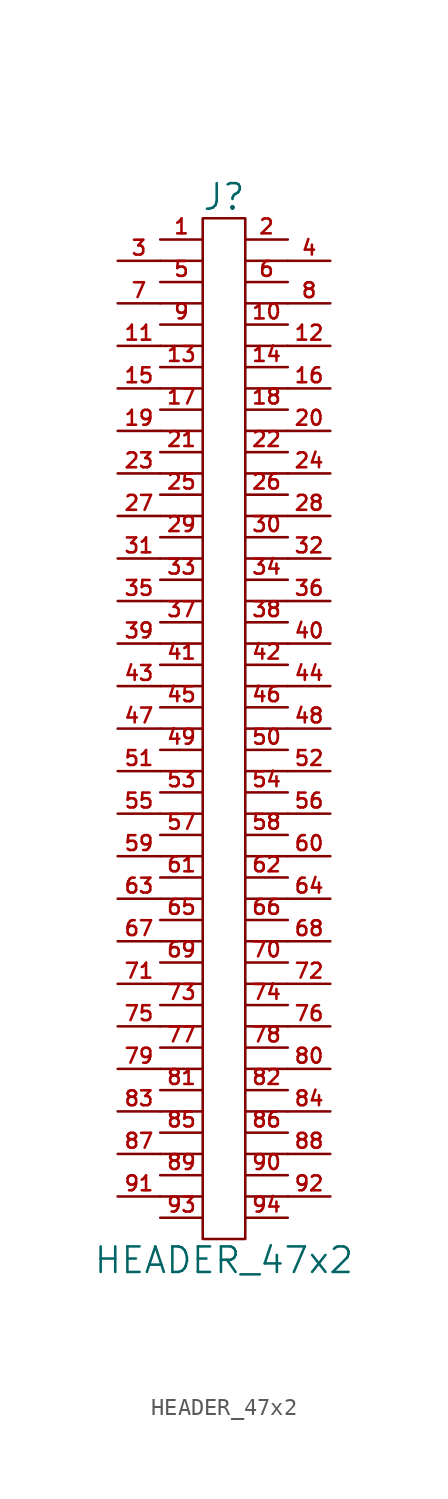
<source format=kicad_sym>
(kicad_symbol_lib
  (version 20201005)
  (generator kicad_symbol_editor)
  (symbol "HEADER_47x2"
    (pin_names
      (offset 0))
    (property "Reference" "J"
      (at 0 31.75 0)
      (effects (font (size 1.524 1.524))))
    (property "Value" "HEADER_47x2"
      (at 0 -31.75 0)
      (effects (font (size 1.524 1.524))))
    (property "Footprint" ""
      (at 0 5.08 0)
      (effects (font (size 1.524 1.524))))
    (property "Datasheet" ""
      (at 0 5.08 0)
      (effects (font (size 1.524 1.524))))
    (symbol "HEADER_47x2_0_1"
      (rectangle (start 1.27 -30.48) (end -1.27 30.48) (stroke (width 0)) (fill (type none)))
      (polyline (pts (xy -3.81 -27.94) (xy -1.27 -27.94)) (stroke (width 0)) (fill (type none)))
      (polyline (pts (xy -3.81 -25.4) (xy -1.27 -25.4)) (stroke (width 0)) (fill (type none)))
      (polyline (pts (xy -3.81 -22.86) (xy -1.27 -22.86)) (stroke (width 0)) (fill (type none)))
      (polyline (pts (xy -3.81 -20.32) (xy -1.27 -20.32)) (stroke (width 0)) (fill (type none)))
      (polyline (pts (xy -3.81 -17.78) (xy -1.27 -17.78)) (stroke (width 0)) (fill (type none)))
      (polyline (pts (xy -3.81 -15.24) (xy -1.27 -15.24)) (stroke (width 0)) (fill (type none)))
      (polyline (pts (xy -3.81 -12.7) (xy -1.27 -12.7)) (stroke (width 0)) (fill (type none)))
      (polyline (pts (xy -3.81 -10.16) (xy -1.27 -10.16)) (stroke (width 0)) (fill (type none)))
      (polyline (pts (xy -3.81 -7.62) (xy -1.27 -7.62)) (stroke (width 0)) (fill (type none)))
      (polyline (pts (xy -3.81 -5.08) (xy -1.27 -5.08)) (stroke (width 0)) (fill (type none)))
      (polyline (pts (xy -3.81 -2.54) (xy -1.27 -2.54)) (stroke (width 0)) (fill (type none)))
      (polyline (pts (xy -3.81 0) (xy -1.27 0)) (stroke (width 0)) (fill (type none)))
      (polyline (pts (xy -3.81 2.54) (xy -1.27 2.54)) (stroke (width 0)) (fill (type none)))
      (polyline (pts (xy -3.81 5.08) (xy -1.27 5.08)) (stroke (width 0)) (fill (type none)))
      (polyline (pts (xy -3.81 7.62) (xy -1.27 7.62)) (stroke (width 0)) (fill (type none)))
      (polyline (pts (xy -3.81 10.16) (xy -1.27 10.16)) (stroke (width 0)) (fill (type none)))
      (polyline (pts (xy -3.81 12.7) (xy -1.27 12.7)) (stroke (width 0)) (fill (type none)))
      (polyline (pts (xy -3.81 15.24) (xy -1.27 15.24)) (stroke (width 0)) (fill (type none)))
      (polyline (pts (xy -3.81 17.78) (xy -1.27 17.78)) (stroke (width 0)) (fill (type none)))
      (polyline (pts (xy -3.81 20.32) (xy -1.27 20.32)) (stroke (width 0)) (fill (type none)))
      (polyline (pts (xy -3.81 22.86) (xy -1.27 22.86)) (stroke (width 0)) (fill (type none)))
      (polyline (pts (xy -3.81 25.4) (xy -1.27 25.4)) (stroke (width 0)) (fill (type none)))
      (polyline (pts (xy -3.81 27.94) (xy -1.27 27.94)) (stroke (width 0)) (fill (type none)))
      (polyline (pts (xy 1.27 -27.94) (xy 3.81 -27.94)) (stroke (width 0)) (fill (type none)))
      (polyline (pts (xy 1.27 -25.4) (xy 3.81 -25.4)) (stroke (width 0)) (fill (type none)))
      (polyline (pts (xy 1.27 -22.86) (xy 3.81 -22.86)) (stroke (width 0)) (fill (type none)))
      (polyline (pts (xy 1.27 -20.32) (xy 3.81 -20.32)) (stroke (width 0)) (fill (type none)))
      (polyline (pts (xy 1.27 -17.78) (xy 3.81 -17.78)) (stroke (width 0)) (fill (type none)))
      (polyline (pts (xy 1.27 -15.24) (xy 3.81 -15.24)) (stroke (width 0)) (fill (type none)))
      (polyline (pts (xy 1.27 -12.7) (xy 3.81 -12.7)) (stroke (width 0)) (fill (type none)))
      (polyline (pts (xy 1.27 -10.16) (xy 3.81 -10.16)) (stroke (width 0)) (fill (type none)))
      (polyline (pts (xy 1.27 -7.62) (xy 3.81 -7.62)) (stroke (width 0)) (fill (type none)))
      (polyline (pts (xy 1.27 -5.08) (xy 3.81 -5.08)) (stroke (width 0)) (fill (type none)))
      (polyline (pts (xy 1.27 -2.54) (xy 3.81 -2.54)) (stroke (width 0)) (fill (type none)))
      (polyline (pts (xy 1.27 0) (xy 3.81 0)) (stroke (width 0)) (fill (type none)))
      (polyline (pts (xy 1.27 2.54) (xy 3.81 2.54)) (stroke (width 0)) (fill (type none)))
      (polyline (pts (xy 1.27 5.08) (xy 3.81 5.08)) (stroke (width 0)) (fill (type none)))
      (polyline (pts (xy 1.27 7.62) (xy 3.81 7.62)) (stroke (width 0)) (fill (type none)))
      (polyline (pts (xy 1.27 10.16) (xy 3.81 10.16)) (stroke (width 0)) (fill (type none)))
      (polyline (pts (xy 1.27 12.7) (xy 3.81 12.7)) (stroke (width 0)) (fill (type none)))
      (polyline (pts (xy 1.27 15.24) (xy 3.81 15.24)) (stroke (width 0)) (fill (type none)))
      (polyline (pts (xy 1.27 17.78) (xy 3.81 17.78)) (stroke (width 0)) (fill (type none)))
      (polyline (pts (xy 1.27 20.32) (xy 3.81 20.32)) (stroke (width 0)) (fill (type none)))
      (polyline (pts (xy 1.27 22.86) (xy 3.81 22.86)) (stroke (width 0)) (fill (type none)))
      (polyline (pts (xy 1.27 25.4) (xy 3.81 25.4)) (stroke (width 0)) (fill (type none)))
      (polyline (pts (xy 1.27 27.94) (xy 3.81 27.94)) (stroke (width 0)) (fill (type none))))
    (symbol "HEADER_47x2_1_1"
      (pin passive line (at -3.81 29.21 0) (length 2.54) (name "~" (effects (font (size 1.27 1.27)))) (number "1" (effects (font (size 0.889 0.889)))))
      (pin passive line (at 3.81 24.13 180) (length 2.54) (name "~" (effects (font (size 1.27 1.27)))) (number "10" (effects (font (size 0.889 0.889)))))
      (pin passive line (at -6.35 22.86 0) (length 2.54) (name "~" (effects (font (size 1.27 1.27)))) (number "11" (effects (font (size 0.889 0.889)))))
      (pin passive line (at 6.35 22.86 180) (length 2.54) (name "~" (effects (font (size 1.27 1.27)))) (number "12" (effects (font (size 0.889 0.889)))))
      (pin passive line (at -3.81 21.59 0) (length 2.54) (name "~" (effects (font (size 1.27 1.27)))) (number "13" (effects (font (size 0.889 0.889)))))
      (pin passive line (at 3.81 21.59 180) (length 2.54) (name "~" (effects (font (size 1.27 1.27)))) (number "14" (effects (font (size 0.889 0.889)))))
      (pin passive line (at -6.35 20.32 0) (length 2.54) (name "~" (effects (font (size 1.27 1.27)))) (number "15" (effects (font (size 0.889 0.889)))))
      (pin passive line (at 6.35 20.32 180) (length 2.54) (name "~" (effects (font (size 1.27 1.27)))) (number "16" (effects (font (size 0.889 0.889)))))
      (pin passive line (at -3.81 19.05 0) (length 2.54) (name "~" (effects (font (size 1.27 1.27)))) (number "17" (effects (font (size 0.889 0.889)))))
      (pin passive line (at 3.81 19.05 180) (length 2.54) (name "~" (effects (font (size 1.27 1.27)))) (number "18" (effects (font (size 0.889 0.889)))))
      (pin passive line (at -6.35 17.78 0) (length 2.54) (name "~" (effects (font (size 1.27 1.27)))) (number "19" (effects (font (size 0.889 0.889)))))
      (pin passive line (at 3.81 29.21 180) (length 2.54) (name "~" (effects (font (size 1.27 1.27)))) (number "2" (effects (font (size 0.889 0.889)))))
      (pin passive line (at 6.35 17.78 180) (length 2.54) (name "~" (effects (font (size 1.27 1.27)))) (number "20" (effects (font (size 0.889 0.889)))))
      (pin passive line (at -3.81 16.51 0) (length 2.54) (name "~" (effects (font (size 1.27 1.27)))) (number "21" (effects (font (size 0.889 0.889)))))
      (pin passive line (at 3.81 16.51 180) (length 2.54) (name "~" (effects (font (size 1.27 1.27)))) (number "22" (effects (font (size 0.889 0.889)))))
      (pin passive line (at -6.35 15.24 0) (length 2.54) (name "~" (effects (font (size 1.27 1.27)))) (number "23" (effects (font (size 0.889 0.889)))))
      (pin passive line (at 6.35 15.24 180) (length 2.54) (name "~" (effects (font (size 1.27 1.27)))) (number "24" (effects (font (size 0.889 0.889)))))
      (pin passive line (at -3.81 13.97 0) (length 2.54) (name "~" (effects (font (size 1.27 1.27)))) (number "25" (effects (font (size 0.889 0.889)))))
      (pin passive line (at 3.81 13.97 180) (length 2.54) (name "~" (effects (font (size 1.27 1.27)))) (number "26" (effects (font (size 0.889 0.889)))))
      (pin passive line (at -6.35 12.7 0) (length 2.54) (name "~" (effects (font (size 1.27 1.27)))) (number "27" (effects (font (size 0.889 0.889)))))
      (pin passive line (at 6.35 12.7 180) (length 2.54) (name "~" (effects (font (size 1.27 1.27)))) (number "28" (effects (font (size 0.889 0.889)))))
      (pin passive line (at -3.81 11.43 0) (length 2.54) (name "~" (effects (font (size 1.27 1.27)))) (number "29" (effects (font (size 0.889 0.889)))))
      (pin passive line (at -6.35 27.94 0) (length 2.54) (name "~" (effects (font (size 1.27 1.27)))) (number "3" (effects (font (size 0.889 0.889)))))
      (pin passive line (at 3.81 11.43 180) (length 2.54) (name "~" (effects (font (size 1.27 1.27)))) (number "30" (effects (font (size 0.889 0.889)))))
      (pin passive line (at -6.35 10.16 0) (length 2.54) (name "~" (effects (font (size 1.27 1.27)))) (number "31" (effects (font (size 0.889 0.889)))))
      (pin passive line (at 6.35 10.16 180) (length 2.54) (name "~" (effects (font (size 1.27 1.27)))) (number "32" (effects (font (size 0.889 0.889)))))
      (pin passive line (at -3.81 8.89 0) (length 2.54) (name "~" (effects (font (size 1.27 1.27)))) (number "33" (effects (font (size 0.889 0.889)))))
      (pin passive line (at 3.81 8.89 180) (length 2.54) (name "~" (effects (font (size 1.27 1.27)))) (number "34" (effects (font (size 0.889 0.889)))))
      (pin passive line (at -6.35 7.62 0) (length 2.54) (name "~" (effects (font (size 1.27 1.27)))) (number "35" (effects (font (size 0.889 0.889)))))
      (pin passive line (at 6.35 7.62 180) (length 2.54) (name "~" (effects (font (size 1.27 1.27)))) (number "36" (effects (font (size 0.889 0.889)))))
      (pin passive line (at -3.81 6.35 0) (length 2.54) (name "~" (effects (font (size 0.889 0.889)))) (number "37" (effects (font (size 0.889 0.889)))))
      (pin passive line (at 3.81 6.35 180) (length 2.54) (name "~" (effects (font (size 1.27 1.27)))) (number "38" (effects (font (size 0.889 0.889)))))
      (pin passive line (at -6.35 5.08 0) (length 2.54) (name "~" (effects (font (size 1.27 1.27)))) (number "39" (effects (font (size 0.889 0.889)))))
      (pin passive line (at 6.35 27.94 180) (length 2.54) (name "~" (effects (font (size 1.27 1.27)))) (number "4" (effects (font (size 0.889 0.889)))))
      (pin passive line (at 6.35 5.08 180) (length 2.54) (name "~" (effects (font (size 1.27 1.27)))) (number "40" (effects (font (size 0.889 0.889)))))
      (pin passive line (at -3.81 3.81 0) (length 2.54) (name "~" (effects (font (size 1.27 1.27)))) (number "41" (effects (font (size 0.889 0.889)))))
      (pin passive line (at 3.81 3.81 180) (length 2.54) (name "~" (effects (font (size 1.27 1.27)))) (number "42" (effects (font (size 0.889 0.889)))))
      (pin passive line (at -6.35 2.54 0) (length 2.54) (name "~" (effects (font (size 1.27 1.27)))) (number "43" (effects (font (size 0.889 0.889)))))
      (pin passive line (at 6.35 2.54 180) (length 2.54) (name "~" (effects (font (size 1.27 1.27)))) (number "44" (effects (font (size 0.889 0.889)))))
      (pin passive line (at -3.81 1.27 0) (length 2.54) (name "~" (effects (font (size 1.27 1.27)))) (number "45" (effects (font (size 0.889 0.889)))))
      (pin passive line (at 3.81 1.27 180) (length 2.54) (name "~" (effects (font (size 1.27 1.27)))) (number "46" (effects (font (size 0.889 0.889)))))
      (pin passive line (at -6.35 0 0) (length 2.54) (name "~" (effects (font (size 1.27 1.27)))) (number "47" (effects (font (size 0.889 0.889)))))
      (pin passive line (at 6.35 0 180) (length 2.54) (name "~" (effects (font (size 1.27 1.27)))) (number "48" (effects (font (size 0.889 0.889)))))
      (pin passive line (at -3.81 -1.27 0) (length 2.54) (name "~" (effects (font (size 1.27 1.27)))) (number "49" (effects (font (size 0.889 0.889)))))
      (pin passive line (at -3.81 26.67 0) (length 2.54) (name "~" (effects (font (size 1.27 1.27)))) (number "5" (effects (font (size 0.889 0.889)))))
      (pin passive line (at 3.81 -1.27 180) (length 2.54) (name "~" (effects (font (size 1.27 1.27)))) (number "50" (effects (font (size 0.889 0.889)))))
      (pin passive line (at -6.35 -2.54 0) (length 2.54) (name "~" (effects (font (size 1.27 1.27)))) (number "51" (effects (font (size 0.889 0.889)))))
      (pin passive line (at 6.35 -2.54 180) (length 2.54) (name "~" (effects (font (size 1.27 1.27)))) (number "52" (effects (font (size 0.889 0.889)))))
      (pin passive line (at -3.81 -3.81 0) (length 2.54) (name "~" (effects (font (size 1.27 1.27)))) (number "53" (effects (font (size 0.889 0.889)))))
      (pin passive line (at 3.81 -3.81 180) (length 2.54) (name "~" (effects (font (size 1.27 1.27)))) (number "54" (effects (font (size 0.889 0.889)))))
      (pin passive line (at -6.35 -5.08 0) (length 2.54) (name "~" (effects (font (size 1.27 1.27)))) (number "55" (effects (font (size 0.889 0.889)))))
      (pin passive line (at 6.35 -5.08 180) (length 2.54) (name "~" (effects (font (size 1.27 1.27)))) (number "56" (effects (font (size 0.889 0.889)))))
      (pin passive line (at -3.81 -6.35 0) (length 2.54) (name "~" (effects (font (size 1.27 1.27)))) (number "57" (effects (font (size 0.889 0.889)))))
      (pin passive line (at 3.81 -6.35 180) (length 2.54) (name "~" (effects (font (size 1.27 1.27)))) (number "58" (effects (font (size 0.889 0.889)))))
      (pin passive line (at -6.35 -7.62 0) (length 2.54) (name "~" (effects (font (size 1.27 1.27)))) (number "59" (effects (font (size 0.889 0.889)))))
      (pin passive line (at 3.81 26.67 180) (length 2.54) (name "~" (effects (font (size 1.27 1.27)))) (number "6" (effects (font (size 0.889 0.889)))))
      (pin passive line (at 6.35 -7.62 180) (length 2.54) (name "~" (effects (font (size 1.27 1.27)))) (number "60" (effects (font (size 0.889 0.889)))))
      (pin passive line (at -3.81 -8.89 0) (length 2.54) (name "~" (effects (font (size 1.27 1.27)))) (number "61" (effects (font (size 0.889 0.889)))))
      (pin passive line (at 3.81 -8.89 180) (length 2.54) (name "~" (effects (font (size 1.27 1.27)))) (number "62" (effects (font (size 0.889 0.889)))))
      (pin passive line (at -6.35 -10.16 0) (length 2.54) (name "~" (effects (font (size 1.27 1.27)))) (number "63" (effects (font (size 0.889 0.889)))))
      (pin passive line (at 6.35 -10.16 180) (length 2.54) (name "~" (effects (font (size 1.27 1.27)))) (number "64" (effects (font (size 0.889 0.889)))))
      (pin passive line (at -3.81 -11.43 0) (length 2.54) (name "~" (effects (font (size 1.27 1.27)))) (number "65" (effects (font (size 0.889 0.889)))))
      (pin passive line (at 3.81 -11.43 180) (length 2.54) (name "~" (effects (font (size 1.27 1.27)))) (number "66" (effects (font (size 0.889 0.889)))))
      (pin passive line (at -6.35 -12.7 0) (length 2.54) (name "~" (effects (font (size 1.27 1.27)))) (number "67" (effects (font (size 0.889 0.889)))))
      (pin passive line (at 6.35 -12.7 180) (length 2.54) (name "~" (effects (font (size 1.27 1.27)))) (number "68" (effects (font (size 0.889 0.889)))))
      (pin passive line (at -3.81 -13.97 0) (length 2.54) (name "~" (effects (font (size 1.27 1.27)))) (number "69" (effects (font (size 0.889 0.889)))))
      (pin passive line (at -6.35 25.4 0) (length 2.54) (name "~" (effects (font (size 1.27 1.27)))) (number "7" (effects (font (size 0.889 0.889)))))
      (pin passive line (at 3.81 -13.97 180) (length 2.54) (name "~" (effects (font (size 1.27 1.27)))) (number "70" (effects (font (size 0.889 0.889)))))
      (pin passive line (at -6.35 -15.24 0) (length 2.54) (name "~" (effects (font (size 1.27 1.27)))) (number "71" (effects (font (size 0.889 0.889)))))
      (pin passive line (at 6.35 -15.24 180) (length 2.54) (name "~" (effects (font (size 1.27 1.27)))) (number "72" (effects (font (size 0.889 0.889)))))
      (pin passive line (at -3.81 -16.51 0) (length 2.54) (name "~" (effects (font (size 1.27 1.27)))) (number "73" (effects (font (size 0.889 0.889)))))
      (pin passive line (at 3.81 -16.51 180) (length 2.54) (name "~" (effects (font (size 1.27 1.27)))) (number "74" (effects (font (size 0.889 0.889)))))
      (pin passive line (at -6.35 -17.78 0) (length 2.54) (name "~" (effects (font (size 1.27 1.27)))) (number "75" (effects (font (size 0.889 0.889)))))
      (pin passive line (at 6.35 -17.78 180) (length 2.54) (name "~" (effects (font (size 1.27 1.27)))) (number "76" (effects (font (size 0.889 0.889)))))
      (pin passive line (at -3.81 -19.05 0) (length 2.54) (name "~" (effects (font (size 1.27 1.27)))) (number "77" (effects (font (size 0.889 0.889)))))
      (pin passive line (at 3.81 -19.05 180) (length 2.54) (name "~" (effects (font (size 1.27 1.27)))) (number "78" (effects (font (size 0.889 0.889)))))
      (pin passive line (at -6.35 -20.32 0) (length 2.54) (name "~" (effects (font (size 1.27 1.27)))) (number "79" (effects (font (size 0.889 0.889)))))
      (pin passive line (at 6.35 25.4 180) (length 2.54) (name "~" (effects (font (size 1.27 1.27)))) (number "8" (effects (font (size 0.889 0.889)))))
      (pin passive line (at 6.35 -20.32 180) (length 2.54) (name "~" (effects (font (size 1.27 1.27)))) (number "80" (effects (font (size 0.889 0.889)))))
      (pin passive line (at -3.81 -21.59 0) (length 2.54) (name "~" (effects (font (size 1.27 1.27)))) (number "81" (effects (font (size 0.889 0.889)))))
      (pin passive line (at 3.81 -21.59 180) (length 2.54) (name "~" (effects (font (size 1.27 1.27)))) (number "82" (effects (font (size 0.889 0.889)))))
      (pin passive line (at -6.35 -22.86 0) (length 2.54) (name "~" (effects (font (size 1.27 1.27)))) (number "83" (effects (font (size 0.889 0.889)))))
      (pin passive line (at 6.35 -22.86 180) (length 2.54) (name "~" (effects (font (size 1.27 1.27)))) (number "84" (effects (font (size 0.889 0.889)))))
      (pin passive line (at -3.81 -24.13 0) (length 2.54) (name "~" (effects (font (size 1.27 1.27)))) (number "85" (effects (font (size 0.889 0.889)))))
      (pin passive line (at 3.81 -24.13 180) (length 2.54) (name "~" (effects (font (size 1.27 1.27)))) (number "86" (effects (font (size 0.889 0.889)))))
      (pin passive line (at -6.35 -25.4 0) (length 2.54) (name "~" (effects (font (size 1.27 1.27)))) (number "87" (effects (font (size 0.889 0.889)))))
      (pin passive line (at 6.35 -25.4 180) (length 2.54) (name "~" (effects (font (size 1.27 1.27)))) (number "88" (effects (font (size 0.889 0.889)))))
      (pin passive line (at -3.81 -26.67 0) (length 2.54) (name "~" (effects (font (size 1.27 1.27)))) (number "89" (effects (font (size 0.889 0.889)))))
      (pin passive line (at -3.81 24.13 0) (length 2.54) (name "~" (effects (font (size 1.27 1.27)))) (number "9" (effects (font (size 0.889 0.889)))))
      (pin passive line (at 3.81 -26.67 180) (length 2.54) (name "~" (effects (font (size 1.27 1.27)))) (number "90" (effects (font (size 0.889 0.889)))))
      (pin passive line (at -6.35 -27.94 0) (length 2.54) (name "~" (effects (font (size 1.27 1.27)))) (number "91" (effects (font (size 0.889 0.889)))))
      (pin passive line (at 6.35 -27.94 180) (length 2.54) (name "~" (effects (font (size 1.27 1.27)))) (number "92" (effects (font (size 0.889 0.889)))))
      (pin passive line (at -3.81 -29.21 0) (length 2.54) (name "~" (effects (font (size 1.27 1.27)))) (number "93" (effects (font (size 0.889 0.889)))))
      (pin passive line (at 3.81 -29.21 180) (length 2.54) (name "~" (effects (font (size 1.27 1.27)))) (number "94" (effects (font (size 0.889 0.889))))))))
</source>
